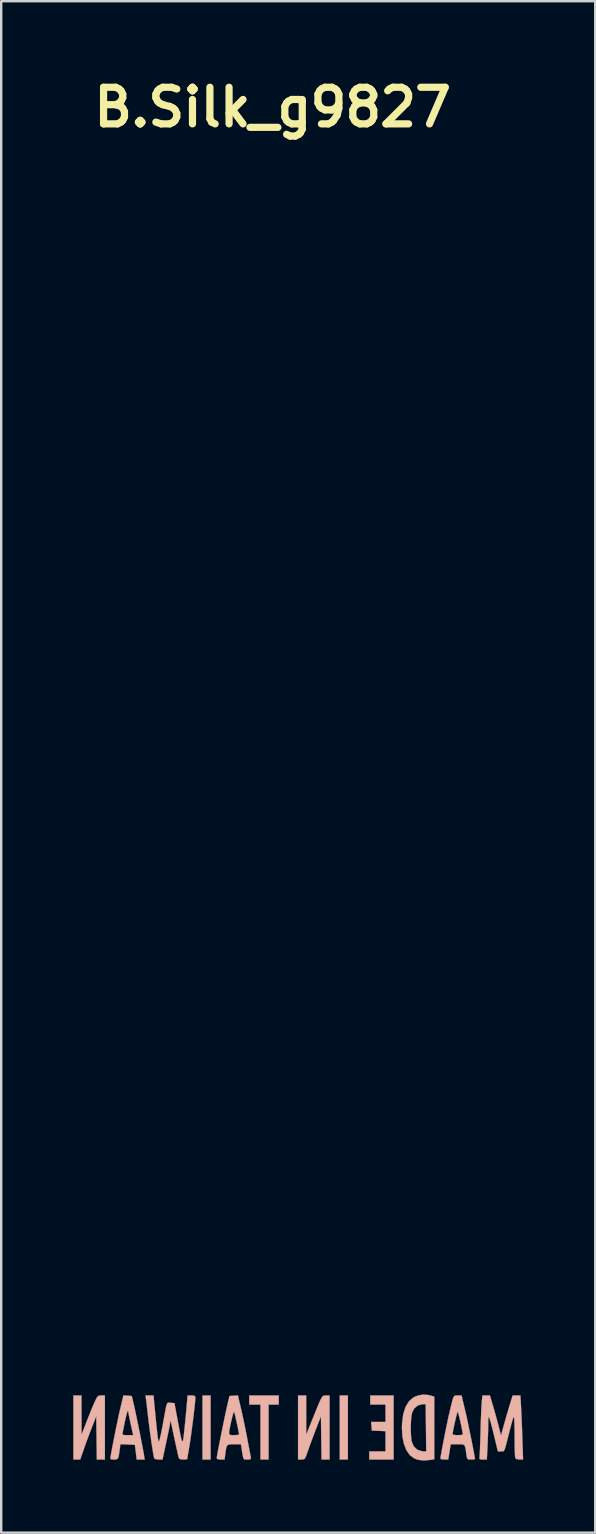
<source format=kicad_pcb>
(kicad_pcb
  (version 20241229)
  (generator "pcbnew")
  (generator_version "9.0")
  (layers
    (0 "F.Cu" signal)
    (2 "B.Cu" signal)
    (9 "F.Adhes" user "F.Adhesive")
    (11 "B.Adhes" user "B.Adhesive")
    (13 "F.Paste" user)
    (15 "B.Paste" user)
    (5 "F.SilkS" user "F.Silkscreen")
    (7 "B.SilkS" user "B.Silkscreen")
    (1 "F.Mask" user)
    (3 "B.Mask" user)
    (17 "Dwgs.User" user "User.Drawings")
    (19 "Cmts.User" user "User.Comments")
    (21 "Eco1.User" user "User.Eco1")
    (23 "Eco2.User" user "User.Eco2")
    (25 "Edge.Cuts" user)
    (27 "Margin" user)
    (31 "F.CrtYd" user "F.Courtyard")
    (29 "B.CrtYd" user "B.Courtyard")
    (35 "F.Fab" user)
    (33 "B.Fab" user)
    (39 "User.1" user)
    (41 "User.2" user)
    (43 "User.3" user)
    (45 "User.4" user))
  (footprint "B.Silk_g9827"
    (layer "F.Cu")
    (at 8.302 1.418)
    (property "Reference" "B.Silk_g9827" (at 0 0 0) (layer "F.SilkS") (effects (font (size 1.524 1.524) (thickness 0.3))))
    (attr through_hole)
    (fp_poly (pts (xy -2.582 56.303) (xy -2.921 56.303) (xy -2.921 53.636) (xy -2.582 53.636) (xy -2.582 56.303)) (stroke (width 0.01) (type solid)) (fill yes) (layer "B.SilkS"))
    (fp_poly (pts (xy 3.133 56.303) (xy 2.794 56.303) (xy 2.794 53.636) (xy 3.133 53.636) (xy 3.133 56.303)) (stroke (width 0.01) (type solid)) (fill yes) (layer "B.SilkS"))
    (fp_poly (pts (xy 0.254 54.017) (xy -0.169 54.017) (xy -0.169 56.303) (xy -0.508 56.303) (xy -0.508 54.017) (xy -0.974 54.017) (xy -0.974 53.636) (xy 0.254 53.636) (xy 0.254 54.017)) (stroke (width 0.01) (type solid)) (fill yes) (layer "B.SilkS"))
    (fp_poly (pts (xy 5.038 56.303) (xy 4.022 56.303) (xy 4.022 55.965) (xy 4.699 55.965) (xy 4.699 55.122) (xy 4.413 55.109) (xy 4.128 55.097) (xy 4.114 54.917) (xy 4.101 54.737) (xy 4.699 54.737) (xy 4.699 54.017) (xy 4.064 54.017) (xy 4.064 53.636) (xy 5.038 53.636) (xy 5.038 56.303)) (stroke (width 0.01) (type solid)) (fill yes) (layer "B.SilkS"))
    (fp_poly (pts (xy -7.957 54.451) (xy -7.956 55.266) (xy -7.751 54.737) (xy -7.661 54.508) (xy -7.568 54.278) (xy -7.483 54.073) (xy -7.417 53.922) (xy -7.348 53.776) (xy -7.296 53.69) (xy -7.246 53.65) (xy -7.181 53.637) (xy -7.136 53.636) (xy -6.985 53.636) (xy -6.985 56.303) (xy -7.322 56.303) (xy -7.333 55.404) (xy -7.345 54.504) (xy -7.528 54.97) (xy -7.622 55.214) (xy -7.724 55.486) (xy -7.818 55.745) (xy -7.861 55.869) (xy -8.011 56.303) (xy -8.297 56.303) (xy -8.297 53.636) (xy -7.959 53.636) (xy -7.957 54.451)) (stroke (width 0.01) (type solid)) (fill yes) (layer "B.SilkS"))
    (fp_poly (pts (xy 2.221 53.636) (xy 2.371 53.636) (xy 2.371 56.303) (xy 2.034 56.303) (xy 2.022 55.404) (xy 2.011 54.504) (xy 1.814 55.012) (xy 1.721 55.253) (xy 1.625 55.512) (xy 1.536 55.753) (xy 1.48 55.912) (xy 1.417 56.091) (xy 1.371 56.205) (xy 1.331 56.269) (xy 1.288 56.296) (xy 1.23 56.303) (xy 1.201 56.303) (xy 1.058 56.303) (xy 1.058 53.636) (xy 1.397 53.636) (xy 1.398 54.451) (xy 1.399 55.266) (xy 1.646 54.652) (xy 1.77 54.344) (xy 1.867 54.106) (xy 1.942 53.928) (xy 2.001 53.801) (xy 2.047 53.718) (xy 2.086 53.669) (xy 2.124 53.645) (xy 2.164 53.637) (xy 2.213 53.636) (xy 2.221 53.636)) (stroke (width 0.01) (type solid)) (fill yes) (layer "B.SilkS"))
    (fp_poly (pts (xy 6.45 53.61) (xy 6.572 53.639) (xy 6.731 53.683) (xy 6.731 56.292) (xy 6.572 56.318) (xy 6.285 56.344) (xy 6.046 56.313) (xy 5.893 56.255) (xy 5.713 56.121) (xy 5.57 55.916) (xy 5.465 55.65) (xy 5.401 55.331) (xy 5.39 55.119) (xy 5.753 55.119) (xy 5.763 55.335) (xy 5.783 55.51) (xy 5.795 55.568) (xy 5.884 55.764) (xy 6.025 55.895) (xy 6.215 55.957) (xy 6.277 55.961) (xy 6.394 55.965) (xy 6.383 54.98) (xy 6.371 53.996) (xy 6.227 54.003) (xy 6.045 54.051) (xy 5.901 54.171) (xy 5.812 54.337) (xy 5.783 54.469) (xy 5.763 54.66) (xy 5.753 54.885) (xy 5.753 55.119) (xy 5.39 55.119) (xy 5.382 54.966) (xy 5.389 54.779) (xy 5.438 54.412) (xy 5.533 54.111) (xy 5.674 53.879) (xy 5.859 53.717) (xy 6.042 53.639) (xy 6.254 53.599) (xy 6.45 53.61)) (stroke (width 0.01) (type solid)) (fill yes) (layer "B.SilkS"))
    (fp_poly (pts (xy -5.865 53.657) (xy -5.789 53.975) (xy -5.755 54.124) (xy -5.71 54.334) (xy -5.657 54.587) (xy -5.599 54.866) (xy -5.541 55.156) (xy -5.484 55.438) (xy -5.434 55.696) (xy -5.392 55.913) (xy -5.363 56.072) (xy -5.355 56.123) (xy -5.327 56.303) (xy -5.661 56.303) (xy -5.699 55.996) (xy -5.736 55.69) (xy -6.037 55.677) (xy -6.339 55.665) (xy -6.368 55.889) (xy -6.394 56.078) (xy -6.419 56.199) (xy -6.452 56.266) (xy -6.501 56.296) (xy -6.576 56.303) (xy -6.608 56.303) (xy -6.713 56.299) (xy -6.754 56.273) (xy -6.755 56.21) (xy -6.751 56.187) (xy -6.695 55.885) (xy -6.63 55.543) (xy -6.571 55.247) (xy -6.252 55.247) (xy -6.225 55.275) (xy -6.148 55.286) (xy -6.038 55.287) (xy -5.809 55.287) (xy -5.908 54.832) (xy -5.949 54.641) (xy -5.983 54.477) (xy -6.005 54.36) (xy -6.011 54.314) (xy -6.022 54.272) (xy -6.045 54.305) (xy -6.078 54.405) (xy -6.118 54.564) (xy -6.155 54.737) (xy -6.19 54.913) (xy -6.221 55.067) (xy -6.243 55.173) (xy -6.247 55.192) (xy -6.252 55.247) (xy -6.571 55.247) (xy -6.559 55.184) (xy -6.487 54.832) (xy -6.418 54.509) (xy -6.359 54.24) (xy -6.343 54.174) (xy -6.215 53.632) (xy -5.865 53.657)) (stroke (width 0.01) (type solid)) (fill yes) (layer "B.SilkS"))
    (fp_poly (pts (xy -1.319 54.174) (xy -1.264 54.417) (xy -1.201 54.711) (xy -1.136 55.024) (xy -1.077 55.324) (xy -1.06 55.414) (xy -1.015 55.654) (xy -0.974 55.87) (xy -0.94 56.046) (xy -0.917 56.166) (xy -0.908 56.208) (xy -0.904 56.27) (xy -0.94 56.297) (xy -1.038 56.303) (xy -1.053 56.303) (xy -1.127 56.304) (xy -1.177 56.295) (xy -1.211 56.262) (xy -1.235 56.191) (xy -1.258 56.068) (xy -1.288 55.877) (xy -1.292 55.848) (xy -1.32 55.668) (xy -1.608 55.668) (xy -1.749 55.669) (xy -1.841 55.682) (xy -1.897 55.722) (xy -1.93 55.804) (xy -1.954 55.944) (xy -1.972 56.081) (xy -2.001 56.303) (xy -2.164 56.303) (xy -2.28 56.292) (xy -2.326 56.256) (xy -2.328 56.239) (xy -2.32 56.178) (xy -2.297 56.047) (xy -2.262 55.861) (xy -2.218 55.632) (xy -2.167 55.374) (xy -2.13 55.194) (xy -1.813 55.194) (xy -1.798 55.253) (xy -1.758 55.28) (xy -1.689 55.287) (xy -1.609 55.287) (xy -1.488 55.281) (xy -1.411 55.266) (xy -1.397 55.254) (xy -1.406 55.196) (xy -1.429 55.078) (xy -1.462 54.922) (xy -1.499 54.749) (xy -1.537 54.58) (xy -1.569 54.439) (xy -1.593 54.347) (xy -1.597 54.335) (xy -1.617 54.33) (xy -1.649 54.407) (xy -1.691 54.566) (xy -1.721 54.695) (xy -1.771 54.927) (xy -1.803 55.089) (xy -1.813 55.194) (xy -2.13 55.194) (xy -2.112 55.101) (xy -2.056 54.826) (xy -2.001 54.563) (xy -1.951 54.324) (xy -1.908 54.125) (xy -1.874 53.977) (xy -1.873 53.975) (xy -1.798 53.657) (xy -1.447 53.632) (xy -1.319 54.174)) (stroke (width 0.01) (type solid)) (fill yes) (layer "B.SilkS"))
    (fp_poly (pts (xy 7.696 53.636) (xy 7.703 53.636) (xy 7.867 53.636) (xy 8.016 54.261) (xy 8.057 54.435) (xy 8.105 54.654) (xy 8.157 54.903) (xy 8.212 55.167) (xy 8.267 55.433) (xy 8.317 55.687) (xy 8.361 55.913) (xy 8.395 56.099) (xy 8.417 56.228) (xy 8.424 56.286) (xy 8.387 56.297) (xy 8.293 56.303) (xy 8.26 56.303) (xy 8.16 56.3) (xy 8.109 56.273) (xy 8.083 56.203) (xy 8.068 56.102) (xy 8.041 55.908) (xy 8.017 55.782) (xy 7.984 55.71) (xy 7.928 55.677) (xy 7.838 55.668) (xy 7.704 55.668) (xy 7.414 55.668) (xy 7.312 56.303) (xy 7.149 56.303) (xy 7.045 56.295) (xy 6.988 56.273) (xy 6.985 56.265) (xy 6.993 56.199) (xy 7.016 56.064) (xy 7.05 55.877) (xy 7.092 55.653) (xy 7.14 55.405) (xy 7.17 55.256) (xy 7.493 55.256) (xy 7.531 55.274) (xy 7.628 55.285) (xy 7.705 55.287) (xy 7.825 55.282) (xy 7.902 55.267) (xy 7.916 55.256) (xy 7.908 55.18) (xy 7.885 55.053) (xy 7.853 54.893) (xy 7.815 54.722) (xy 7.777 54.558) (xy 7.742 54.423) (xy 7.716 54.336) (xy 7.705 54.314) (xy 7.688 54.352) (xy 7.659 54.453) (xy 7.623 54.598) (xy 7.585 54.765) (xy 7.548 54.935) (xy 7.517 55.089) (xy 7.498 55.205) (xy 7.493 55.256) (xy 7.17 55.256) (xy 7.191 55.15) (xy 7.241 54.903) (xy 7.288 54.678) (xy 7.329 54.491) (xy 7.346 54.416) (xy 7.41 54.144) (xy 7.458 53.944) (xy 7.495 53.805) (xy 7.527 53.715) (xy 7.558 53.664) (xy 7.593 53.641) (xy 7.637 53.635) (xy 7.696 53.636)) (stroke (width 0.01) (type solid)) (fill yes) (layer "B.SilkS"))
    (fp_poly (pts (xy 9.188 54.113) (xy 9.256 54.348) (xy 9.325 54.598) (xy 9.387 54.827) (xy 9.417 54.944) (xy 9.507 55.3) (xy 9.647 54.796) (xy 9.714 54.561) (xy 9.785 54.317) (xy 9.85 54.097) (xy 9.891 53.964) (xy 9.994 53.636) (xy 10.317 53.636) (xy 10.344 54.113) (xy 10.354 54.311) (xy 10.366 54.571) (xy 10.378 54.868) (xy 10.39 55.177) (xy 10.399 55.446) (xy 10.427 56.303) (xy 10.277 56.303) (xy 10.152 56.284) (xy 10.101 56.236) (xy 10.093 56.175) (xy 10.086 56.043) (xy 10.08 55.854) (xy 10.076 55.623) (xy 10.074 55.362) (xy 10.074 55.316) (xy 10.072 55.023) (xy 10.066 54.792) (xy 10.058 54.629) (xy 10.047 54.539) (xy 10.035 54.527) (xy 10.01 54.591) (xy 9.971 54.72) (xy 9.923 54.895) (xy 9.87 55.098) (xy 9.864 55.12) (xy 9.793 55.404) (xy 9.74 55.616) (xy 9.699 55.768) (xy 9.667 55.868) (xy 9.64 55.928) (xy 9.613 55.957) (xy 9.582 55.966) (xy 9.542 55.965) (xy 9.513 55.964) (xy 9.377 55.964) (xy 9.233 55.361) (xy 9.178 55.133) (xy 9.124 54.922) (xy 9.077 54.749) (xy 9.043 54.632) (xy 9.035 54.61) (xy 9.009 54.545) (xy 8.993 54.527) (xy 8.984 54.566) (xy 8.98 54.67) (xy 8.977 54.843) (xy 8.974 55.044) (xy 8.966 55.295) (xy 8.956 55.561) (xy 8.947 55.764) (xy 8.919 56.303) (xy 8.758 56.303) (xy 8.653 56.298) (xy 8.612 56.272) (xy 8.611 56.206) (xy 8.614 56.187) (xy 8.62 56.111) (xy 8.628 55.965) (xy 8.636 55.763) (xy 8.645 55.518) (xy 8.653 55.245) (xy 8.656 55.139) (xy 8.664 54.846) (xy 8.674 54.563) (xy 8.684 54.307) (xy 8.695 54.097) (xy 8.704 53.948) (xy 8.706 53.922) (xy 8.733 53.636) (xy 9.048 53.636) (xy 9.188 54.113)) (stroke (width 0.01) (type solid)) (fill yes) (layer "B.SilkS"))
    (fp_poly (pts (xy -4.933 53.922) (xy -4.886 54.401) (xy -4.847 54.797) (xy -4.814 55.108) (xy -4.787 55.336) (xy -4.767 55.481) (xy -4.754 55.541) (xy -4.737 55.547) (xy -4.712 55.489) (xy -4.678 55.362) (xy -4.635 55.163) (xy -4.581 54.888) (xy -4.531 54.61) (xy -4.485 54.357) (xy -4.452 54.175) (xy -4.425 54.053) (xy -4.399 53.98) (xy -4.371 53.944) (xy -4.334 53.933) (xy -4.284 53.937) (xy -4.244 53.941) (xy -4.088 53.954) (xy -3.953 54.682) (xy -3.893 55.005) (xy -3.845 55.249) (xy -3.808 55.418) (xy -3.779 55.518) (xy -3.756 55.552) (xy -3.737 55.526) (xy -3.72 55.444) (xy -3.702 55.31) (xy -3.692 55.224) (xy -3.669 55.01) (xy -3.642 54.747) (xy -3.616 54.468) (xy -3.593 54.218) (xy -3.542 53.636) (xy -3.379 53.636) (xy -3.273 53.643) (xy -3.227 53.673) (xy -3.217 53.732) (xy -3.223 53.832) (xy -3.239 54.001) (xy -3.263 54.222) (xy -3.293 54.478) (xy -3.327 54.755) (xy -3.364 55.036) (xy -3.4 55.305) (xy -3.435 55.546) (xy -3.466 55.743) (xy -3.47 55.768) (xy -3.503 55.963) (xy -3.531 56.126) (xy -3.549 56.239) (xy -3.556 56.286) (xy -3.556 56.286) (xy -3.594 56.297) (xy -3.687 56.303) (xy -3.722 56.303) (xy -3.844 56.291) (xy -3.902 56.249) (xy -3.91 56.229) (xy -3.928 56.159) (xy -3.959 56.022) (xy -4 55.835) (xy -4.049 55.615) (xy -4.1 55.378) (xy -4.151 55.14) (xy -4.195 54.928) (xy -4.248 54.673) (xy -4.282 54.864) (xy -4.303 54.974) (xy -4.338 55.146) (xy -4.383 55.36) (xy -4.432 55.594) (xy -4.45 55.679) (xy -4.584 56.303) (xy -4.749 56.303) (xy -4.862 56.291) (xy -4.927 56.259) (xy -4.932 56.25) (xy -4.95 56.174) (xy -4.977 56.03) (xy -5.009 55.831) (xy -5.045 55.594) (xy -5.082 55.333) (xy -5.119 55.064) (xy -5.153 54.801) (xy -5.182 54.561) (xy -5.184 54.547) (xy -5.21 54.317) (xy -5.234 54.104) (xy -5.255 53.928) (xy -5.269 53.811) (xy -5.271 53.795) (xy -5.293 53.636) (xy -4.96 53.636) (xy -4.933 53.922)) (stroke (width 0.01) (type solid)) (fill yes) (layer "B.SilkS")))
  (gr_rect
    (start -3 -3)
    (end 21.734 60.767)
    (stroke (width 0.1) (type default))
    (fill no)
    (layer "Edge.Cuts")))
</source>
